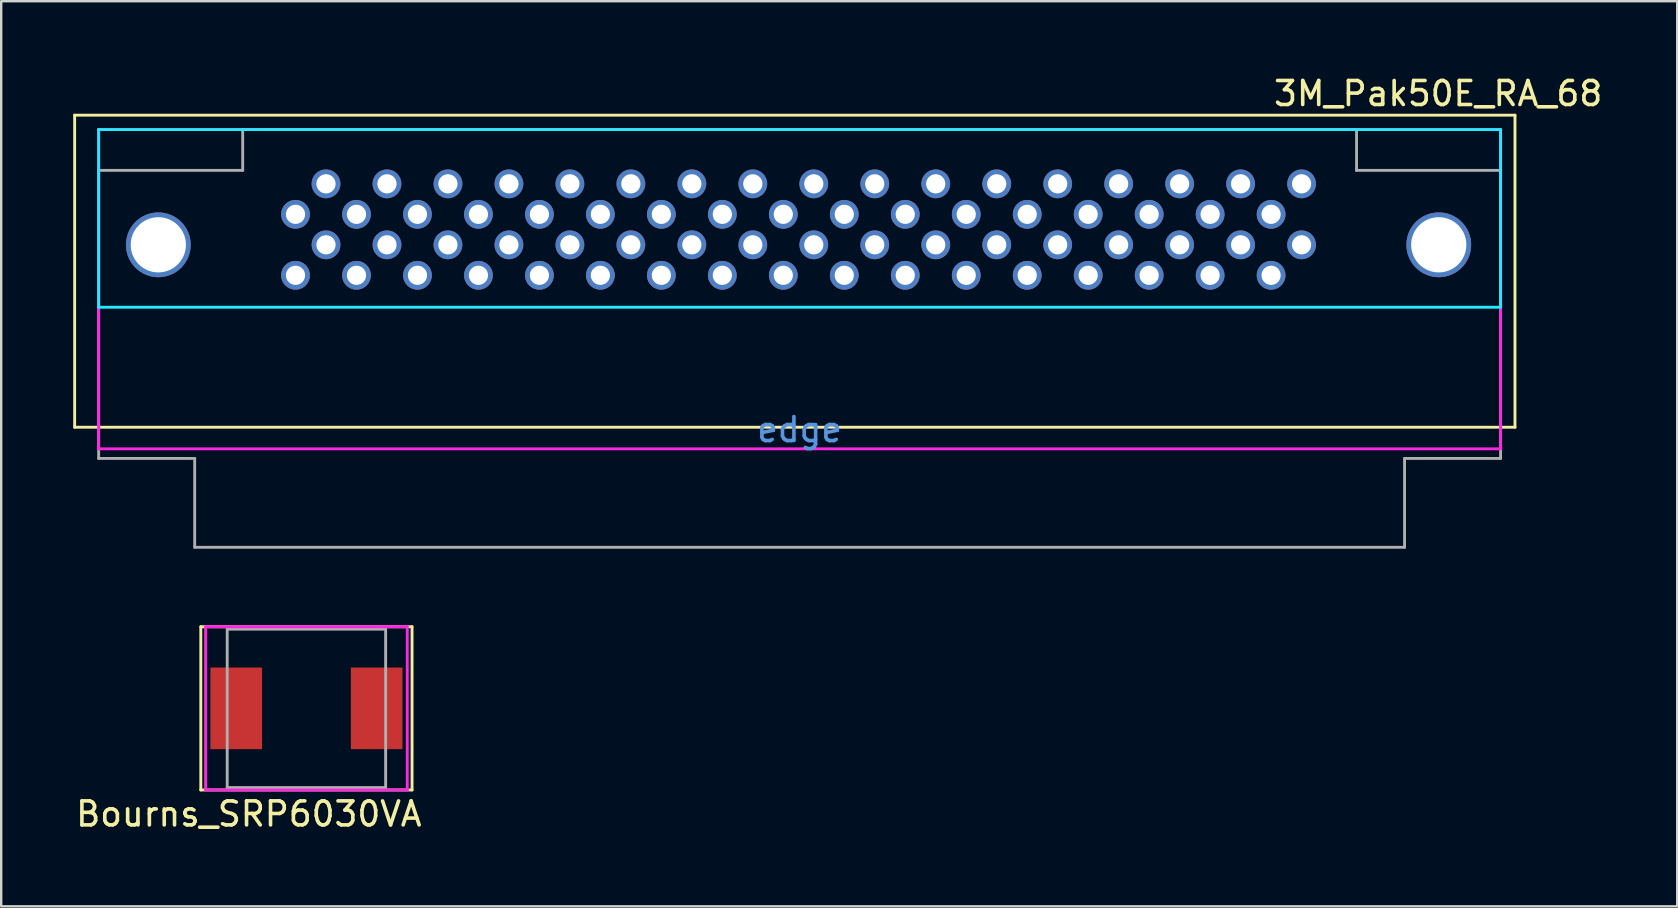
<source format=kicad_pcb>
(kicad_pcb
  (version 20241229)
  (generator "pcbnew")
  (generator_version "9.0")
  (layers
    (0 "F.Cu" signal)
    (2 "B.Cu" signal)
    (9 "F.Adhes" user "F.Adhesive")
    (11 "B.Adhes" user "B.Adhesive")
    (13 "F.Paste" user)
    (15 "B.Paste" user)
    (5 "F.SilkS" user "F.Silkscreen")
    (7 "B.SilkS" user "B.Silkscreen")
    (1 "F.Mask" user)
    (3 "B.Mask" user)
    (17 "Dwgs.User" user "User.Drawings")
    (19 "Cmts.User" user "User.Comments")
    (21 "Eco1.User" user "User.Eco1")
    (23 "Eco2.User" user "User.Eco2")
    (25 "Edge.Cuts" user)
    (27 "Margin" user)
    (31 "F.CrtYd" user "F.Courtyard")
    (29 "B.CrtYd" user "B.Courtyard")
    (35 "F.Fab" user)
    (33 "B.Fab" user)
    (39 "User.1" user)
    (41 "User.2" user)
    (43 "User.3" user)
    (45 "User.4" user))
  (footprint "3M_Pak50E_RA_68"
    (layer "F.Cu")
    (at 1.06 19.748)
    (property "Reference" "3M_Pak50E_RA_68" (at 55.8 -18.9 0) (layer "F.SilkS") (effects (font (size 1 1) (thickness 0.15))))
    (attr through_hole)
    (fp_line (start -1 -18) (end -1 -5) (stroke (width 0.12) (type solid)) (layer "F.SilkS"))
    (fp_line (start -1 -5) (end 59 -5) (stroke (width 0.12) (type solid)) (layer "F.SilkS"))
    (fp_line (start 59 -18) (end -1 -18) (stroke (width 0.12) (type solid)) (layer "F.SilkS"))
    (fp_line (start 59 -5) (end 59 -18) (stroke (width 0.12) (type solid)) (layer "F.SilkS"))
    (fp_line (start 0 -17.4) (end 58.4 -17.4) (stroke (width 0.12) (type solid)) (layer "B.CrtYd"))
    (fp_line (start 0 -10) (end 0 -17.4) (stroke (width 0.12) (type solid)) (layer "B.CrtYd"))
    (fp_line (start 58.4 -17.4) (end 58.4 -10) (stroke (width 0.12) (type solid)) (layer "B.CrtYd"))
    (fp_line (start 58.4 -10) (end 0 -10) (stroke (width 0.12) (type solid)) (layer "B.CrtYd"))
    (fp_line (start 0 -17.4) (end 58.4 -17.4) (stroke (width 0.12) (type solid)) (layer "F.CrtYd"))
    (fp_line (start 0 -4.1) (end 0 -17.4) (stroke (width 0.12) (type solid)) (layer "F.CrtYd"))
    (fp_line (start 58.4 -17.4) (end 58.4 -4.1) (stroke (width 0.12) (type solid)) (layer "F.CrtYd"))
    (fp_line (start 58.4 -4.1) (end 0 -4.1) (stroke (width 0.12) (type solid)) (layer "F.CrtYd"))
    (fp_line (start 0 -15.7) (end 6 -15.7) (stroke (width 0.12) (type solid)) (layer "F.Fab"))
    (fp_line (start 0 -3.7) (end 0 -15.7) (stroke (width 0.12) (type solid)) (layer "F.Fab"))
    (fp_line (start 4 -3.7) (end 0 -3.7) (stroke (width 0.12) (type solid)) (layer "F.Fab"))
    (fp_line (start 4 0) (end 4 -3.7) (stroke (width 0.12) (type solid)) (layer "F.Fab"))
    (fp_line (start 6 -17.4) (end 52.4 -17.4) (stroke (width 0.12) (type solid)) (layer "F.Fab"))
    (fp_line (start 6 -15.7) (end 6 -17.4) (stroke (width 0.12) (type solid)) (layer "F.Fab"))
    (fp_line (start 52.4 -17.4) (end 52.4 -15.7) (stroke (width 0.12) (type solid)) (layer "F.Fab"))
    (fp_line (start 52.4 -15.7) (end 58.4 -15.7) (stroke (width 0.12) (type solid)) (layer "F.Fab"))
    (fp_line (start 54.4 -3.7) (end 54.4 0) (stroke (width 0.12) (type solid)) (layer "F.Fab"))
    (fp_line (start 54.4 0) (end 4 0) (stroke (width 0.12) (type solid)) (layer "F.Fab"))
    (fp_line (start 58.4 -15.7) (end 58.4 -3.7) (stroke (width 0.12) (type solid)) (layer "F.Fab"))
    (fp_line (start 58.4 -3.7) (end 54.4 -3.7) (stroke (width 0.12) (type solid)) (layer "F.Fab"))
    (fp_text user "edge" (at 29.2 -4.9 0) (layer "Cmts.User") (effects (font (size 1 1) (thickness 0.15))))
    (pad "" np_thru_hole circle (at 2.485 -12.6) (size 2.7 2.7) (drill 2.3) (layers "*.Cu" "*.Mask"))
    (pad "" np_thru_hole circle (at 55.825 -12.6) (size 2.7 2.7) (drill 2.3) (layers "*.Cu" "*.Mask"))
    (pad "1" thru_hole circle (at 50.11 -15.14) (size 1.2 1.2) (drill 0.8) (layers "*.Cu" "*.Mask"))
    (pad "2" thru_hole circle (at 50.11 -12.6) (size 1.2 1.2) (drill 0.8) (layers "*.Cu" "*.Mask"))
    (pad "3" thru_hole circle (at 48.84 -13.87) (size 1.2 1.2) (drill 0.8) (layers "*.Cu" "*.Mask"))
    (pad "4" thru_hole circle (at 48.84 -11.33) (size 1.2 1.2) (drill 0.8) (layers "*.Cu" "*.Mask"))
    (pad "5" thru_hole circle (at 47.57 -15.14) (size 1.2 1.2) (drill 0.8) (layers "*.Cu" "*.Mask"))
    (pad "6" thru_hole circle (at 47.57 -12.6) (size 1.2 1.2) (drill 0.8) (layers "*.Cu" "*.Mask"))
    (pad "7" thru_hole circle (at 46.3 -13.87) (size 1.2 1.2) (drill 0.8) (layers "*.Cu" "*.Mask"))
    (pad "8" thru_hole circle (at 46.3 -11.33) (size 1.2 1.2) (drill 0.8) (layers "*.Cu" "*.Mask"))
    (pad "9" thru_hole circle (at 45.03 -15.14) (size 1.2 1.2) (drill 0.8) (layers "*.Cu" "*.Mask"))
    (pad "10" thru_hole circle (at 45.03 -12.6) (size 1.2 1.2) (drill 0.8) (layers "*.Cu" "*.Mask"))
    (pad "11" thru_hole circle (at 43.76 -13.87) (size 1.2 1.2) (drill 0.8) (layers "*.Cu" "*.Mask"))
    (pad "12" thru_hole circle (at 43.76 -11.33) (size 1.2 1.2) (drill 0.8) (layers "*.Cu" "*.Mask"))
    (pad "13" thru_hole circle (at 42.49 -15.14) (size 1.2 1.2) (drill 0.8) (layers "*.Cu" "*.Mask"))
    (pad "14" thru_hole circle (at 42.49 -12.6) (size 1.2 1.2) (drill 0.8) (layers "*.Cu" "*.Mask"))
    (pad "15" thru_hole circle (at 41.22 -13.87) (size 1.2 1.2) (drill 0.8) (layers "*.Cu" "*.Mask"))
    (pad "16" thru_hole circle (at 41.22 -11.33) (size 1.2 1.2) (drill 0.8) (layers "*.Cu" "*.Mask"))
    (pad "17" thru_hole circle (at 39.95 -15.14) (size 1.2 1.2) (drill 0.8) (layers "*.Cu" "*.Mask"))
    (pad "18" thru_hole circle (at 39.95 -12.6) (size 1.2 1.2) (drill 0.8) (layers "*.Cu" "*.Mask"))
    (pad "19" thru_hole circle (at 38.68 -13.87) (size 1.2 1.2) (drill 0.8) (layers "*.Cu" "*.Mask"))
    (pad "20" thru_hole circle (at 38.68 -11.33) (size 1.2 1.2) (drill 0.8) (layers "*.Cu" "*.Mask"))
    (pad "21" thru_hole circle (at 37.41 -15.14) (size 1.2 1.2) (drill 0.8) (layers "*.Cu" "*.Mask"))
    (pad "22" thru_hole circle (at 37.41 -12.6) (size 1.2 1.2) (drill 0.8) (layers "*.Cu" "*.Mask"))
    (pad "23" thru_hole circle (at 36.14 -13.87) (size 1.2 1.2) (drill 0.8) (layers "*.Cu" "*.Mask"))
    (pad "24" thru_hole circle (at 36.14 -11.33) (size 1.2 1.2) (drill 0.8) (layers "*.Cu" "*.Mask"))
    (pad "25" thru_hole circle (at 34.87 -15.14) (size 1.2 1.2) (drill 0.8) (layers "*.Cu" "*.Mask"))
    (pad "26" thru_hole circle (at 34.87 -12.6) (size 1.2 1.2) (drill 0.8) (layers "*.Cu" "*.Mask"))
    (pad "27" thru_hole circle (at 33.6 -13.87) (size 1.2 1.2) (drill 0.8) (layers "*.Cu" "*.Mask"))
    (pad "28" thru_hole circle (at 33.6 -11.33) (size 1.2 1.2) (drill 0.8) (layers "*.Cu" "*.Mask"))
    (pad "29" thru_hole circle (at 32.33 -15.14) (size 1.2 1.2) (drill 0.8) (layers "*.Cu" "*.Mask"))
    (pad "30" thru_hole circle (at 32.33 -12.6) (size 1.2 1.2) (drill 0.8) (layers "*.Cu" "*.Mask"))
    (pad "31" thru_hole circle (at 31.06 -13.87) (size 1.2 1.2) (drill 0.8) (layers "*.Cu" "*.Mask"))
    (pad "32" thru_hole circle (at 31.06 -11.33) (size 1.2 1.2) (drill 0.8) (layers "*.Cu" "*.Mask"))
    (pad "33" thru_hole circle (at 29.79 -15.14) (size 1.2 1.2) (drill 0.8) (layers "*.Cu" "*.Mask"))
    (pad "34" thru_hole circle (at 29.79 -12.6) (size 1.2 1.2) (drill 0.8) (layers "*.Cu" "*.Mask"))
    (pad "35" thru_hole circle (at 28.52 -13.87) (size 1.2 1.2) (drill 0.8) (layers "*.Cu" "*.Mask"))
    (pad "36" thru_hole circle (at 28.52 -11.33) (size 1.2 1.2) (drill 0.8) (layers "*.Cu" "*.Mask"))
    (pad "37" thru_hole circle (at 27.25 -15.14) (size 1.2 1.2) (drill 0.8) (layers "*.Cu" "*.Mask"))
    (pad "38" thru_hole circle (at 27.25 -12.6) (size 1.2 1.2) (drill 0.8) (layers "*.Cu" "*.Mask"))
    (pad "39" thru_hole circle (at 25.98 -13.87) (size 1.2 1.2) (drill 0.8) (layers "*.Cu" "*.Mask"))
    (pad "40" thru_hole circle (at 25.98 -11.33) (size 1.2 1.2) (drill 0.8) (layers "*.Cu" "*.Mask"))
    (pad "41" thru_hole circle (at 24.71 -15.14) (size 1.2 1.2) (drill 0.8) (layers "*.Cu" "*.Mask"))
    (pad "42" thru_hole circle (at 24.71 -12.6) (size 1.2 1.2) (drill 0.8) (layers "*.Cu" "*.Mask"))
    (pad "43" thru_hole circle (at 23.44 -13.87) (size 1.2 1.2) (drill 0.8) (layers "*.Cu" "*.Mask"))
    (pad "44" thru_hole circle (at 23.44 -11.33) (size 1.2 1.2) (drill 0.8) (layers "*.Cu" "*.Mask"))
    (pad "45" thru_hole circle (at 22.17 -15.14) (size 1.2 1.2) (drill 0.8) (layers "*.Cu" "*.Mask"))
    (pad "46" thru_hole circle (at 22.17 -12.6) (size 1.2 1.2) (drill 0.8) (layers "*.Cu" "*.Mask"))
    (pad "47" thru_hole circle (at 20.9 -13.87) (size 1.2 1.2) (drill 0.8) (layers "*.Cu" "*.Mask"))
    (pad "48" thru_hole circle (at 20.9 -11.33) (size 1.2 1.2) (drill 0.8) (layers "*.Cu" "*.Mask"))
    (pad "49" thru_hole circle (at 19.63 -15.14) (size 1.2 1.2) (drill 0.8) (layers "*.Cu" "*.Mask"))
    (pad "50" thru_hole circle (at 19.63 -12.6) (size 1.2 1.2) (drill 0.8) (layers "*.Cu" "*.Mask"))
    (pad "51" thru_hole circle (at 18.36 -13.87) (size 1.2 1.2) (drill 0.8) (layers "*.Cu" "*.Mask"))
    (pad "52" thru_hole circle (at 18.36 -11.33) (size 1.2 1.2) (drill 0.8) (layers "*.Cu" "*.Mask"))
    (pad "53" thru_hole circle (at 17.09 -15.14) (size 1.2 1.2) (drill 0.8) (layers "*.Cu" "*.Mask"))
    (pad "54" thru_hole circle (at 17.09 -12.6) (size 1.2 1.2) (drill 0.8) (layers "*.Cu" "*.Mask"))
    (pad "55" thru_hole circle (at 15.82 -13.87) (size 1.2 1.2) (drill 0.8) (layers "*.Cu" "*.Mask"))
    (pad "56" thru_hole circle (at 15.82 -11.33) (size 1.2 1.2) (drill 0.8) (layers "*.Cu" "*.Mask"))
    (pad "57" thru_hole circle (at 14.55 -15.14) (size 1.2 1.2) (drill 0.8) (layers "*.Cu" "*.Mask"))
    (pad "58" thru_hole circle (at 14.55 -12.6) (size 1.2 1.2) (drill 0.8) (layers "*.Cu" "*.Mask"))
    (pad "59" thru_hole circle (at 13.28 -13.87) (size 1.2 1.2) (drill 0.8) (layers "*.Cu" "*.Mask"))
    (pad "60" thru_hole circle (at 13.28 -11.33) (size 1.2 1.2) (drill 0.8) (layers "*.Cu" "*.Mask"))
    (pad "61" thru_hole circle (at 12.01 -15.14) (size 1.2 1.2) (drill 0.8) (layers "*.Cu" "*.Mask"))
    (pad "62" thru_hole circle (at 12.01 -12.6) (size 1.2 1.2) (drill 0.8) (layers "*.Cu" "*.Mask"))
    (pad "63" thru_hole circle (at 10.74 -13.87) (size 1.2 1.2) (drill 0.8) (layers "*.Cu" "*.Mask"))
    (pad "64" thru_hole circle (at 10.74 -11.33) (size 1.2 1.2) (drill 0.8) (layers "*.Cu" "*.Mask"))
    (pad "65" thru_hole circle (at 9.47 -15.14) (size 1.2 1.2) (drill 0.8) (layers "*.Cu" "*.Mask"))
    (pad "66" thru_hole circle (at 9.47 -12.6) (size 1.2 1.2) (drill 0.8) (layers "*.Cu" "*.Mask"))
    (pad "67" thru_hole circle (at 8.2 -13.87) (size 1.2 1.2) (drill 0.8) (layers "*.Cu" "*.Mask"))
    (pad "68" thru_hole circle (at 8.2 -11.33) (size 1.2 1.2) (drill 0.8) (layers "*.Cu" "*.Mask")))
  (footprint "Bourns_SRP6030VA"
    (layer "F.Cu")
    (at 9.715 26.458)
    (property "Reference" "Bourns_SRP6030VA" (at -2.4 4.4 0) (layer "F.SilkS") (effects (font (size 1 1) (thickness 0.15))))
    (attr smd)
    (fp_line (start -4.4 -3.4) (end 4.4 -3.4) (stroke (width 0.12) (type solid)) (layer "F.SilkS"))
    (fp_line (start -4.4 3.4) (end -4.4 -3.4) (stroke (width 0.12) (type solid)) (layer "F.SilkS"))
    (fp_line (start 4.4 -3.4) (end 4.4 3.4) (stroke (width 0.12) (type solid)) (layer "F.SilkS"))
    (fp_line (start 4.4 3.4) (end -4.4 3.4) (stroke (width 0.12) (type solid)) (layer "F.SilkS"))
    (fp_line (start -4.2 -3.4) (end 4.2 -3.4) (stroke (width 0.12) (type solid)) (layer "F.CrtYd"))
    (fp_line (start -4.2 3.4) (end -4.2 -3.4) (stroke (width 0.12) (type solid)) (layer "F.CrtYd"))
    (fp_line (start 4.2 -3.4) (end 4.2 3.4) (stroke (width 0.12) (type solid)) (layer "F.CrtYd"))
    (fp_line (start 4.2 3.4) (end -4.2 3.4) (stroke (width 0.12) (type solid)) (layer "F.CrtYd"))
    (fp_line (start -3.3 -3.3) (end 3.3 -3.3) (stroke (width 0.12) (type solid)) (layer "F.Fab"))
    (fp_line (start -3.3 3.3) (end -3.3 -3.3) (stroke (width 0.12) (type solid)) (layer "F.Fab"))
    (fp_line (start 3.3 -3.3) (end 3.3 3.3) (stroke (width 0.12) (type solid)) (layer "F.Fab"))
    (fp_line (start 3.3 3.3) (end -3.3 3.3) (stroke (width 0.12) (type solid)) (layer "F.Fab"))
    (pad "1" smd rect (at -2.925 0) (size 2.15 3.4) (layers "F.Cu" "F.Mask" "F.Paste"))
    (pad "2" smd rect (at 2.925 0) (size 2.15 3.4) (layers "F.Cu" "F.Mask" "F.Paste")))
  (gr_rect
    (start -3 -3)
    (end 66.818 34.706)
    (stroke (width 0.1) (type default))
    (fill no)
    (layer "Edge.Cuts")))
</source>
